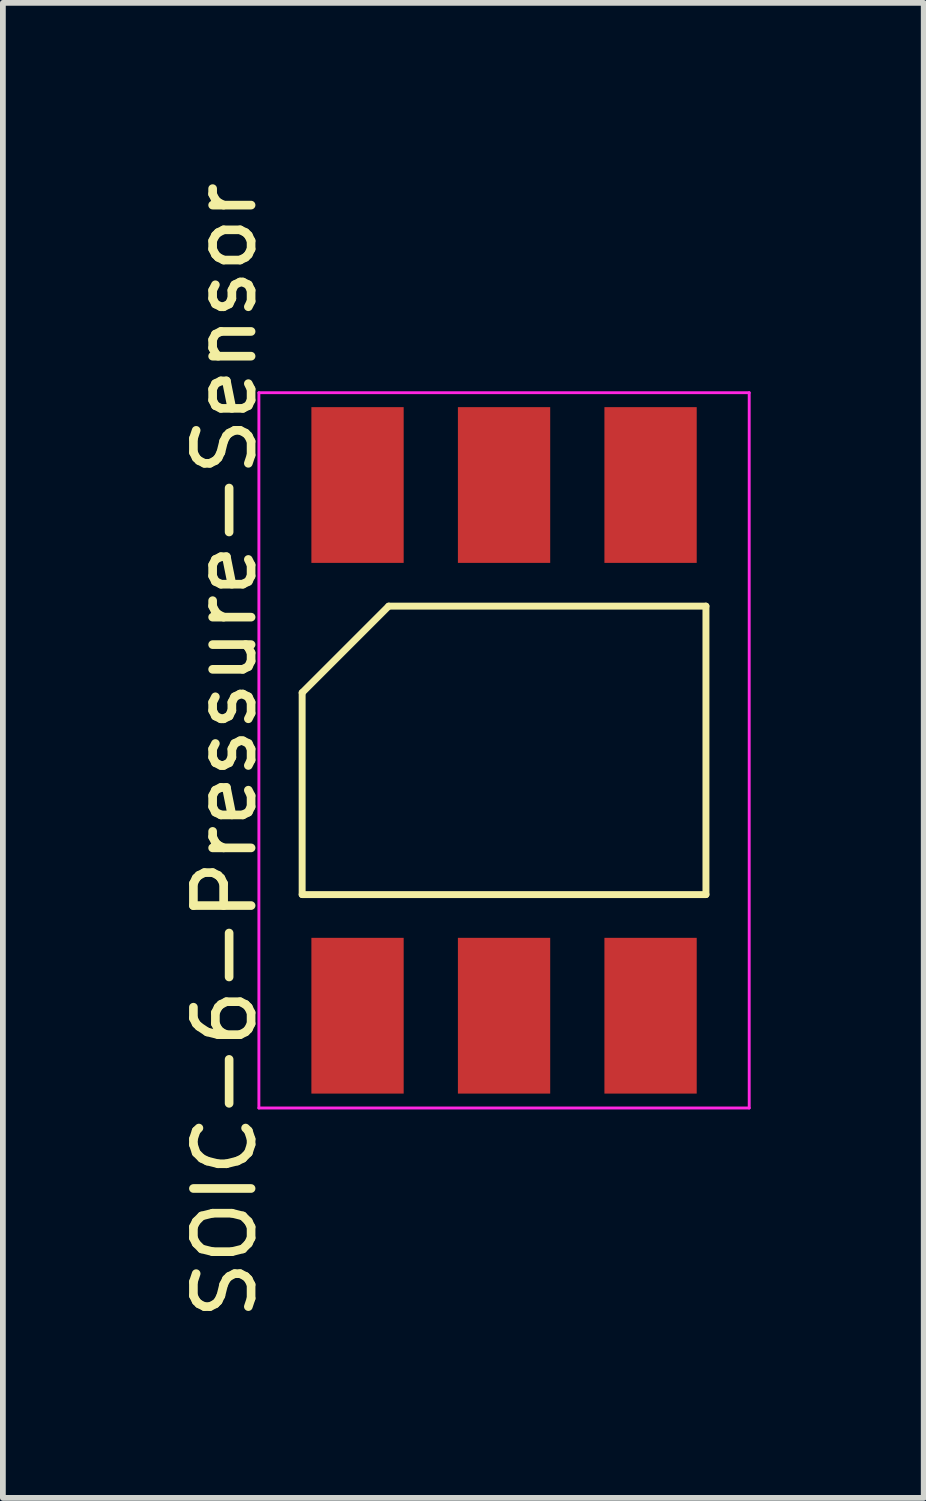
<source format=kicad_pcb>
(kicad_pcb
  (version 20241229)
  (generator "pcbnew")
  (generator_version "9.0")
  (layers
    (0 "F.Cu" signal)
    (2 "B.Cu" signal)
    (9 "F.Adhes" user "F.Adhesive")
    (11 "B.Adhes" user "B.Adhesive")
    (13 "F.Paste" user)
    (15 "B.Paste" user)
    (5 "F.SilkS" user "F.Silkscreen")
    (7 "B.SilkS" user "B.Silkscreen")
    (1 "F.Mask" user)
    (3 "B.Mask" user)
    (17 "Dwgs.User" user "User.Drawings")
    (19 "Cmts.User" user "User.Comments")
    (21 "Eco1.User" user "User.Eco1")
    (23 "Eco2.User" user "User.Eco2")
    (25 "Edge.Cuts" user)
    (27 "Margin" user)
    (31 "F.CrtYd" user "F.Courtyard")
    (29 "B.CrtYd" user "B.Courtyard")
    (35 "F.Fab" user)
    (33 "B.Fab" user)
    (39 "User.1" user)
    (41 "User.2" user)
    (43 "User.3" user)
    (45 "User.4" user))
  (footprint "SOIC-6-Pressure-Sensor"
    (layer "F.Cu")
    (at 5.688 9.958)
    (property "Reference" "SOIC-6-Pressure-Sensor" (at -4.84 0 90) (layer "F.SilkS") (effects (font (size 1 1) (thickness 0.15))))
    (attr smd)
    (fp_line (start -3.5 -1) (end -2 -2.5) (stroke (width 0.12) (type default)) (layer "F.SilkS"))
    (fp_line (start -3.5 2.5) (end -3.5 -1) (stroke (width 0.12) (type default)) (layer "F.SilkS"))
    (fp_line (start -2 -2.5) (end 3.5 -2.5) (stroke (width 0.12) (type default)) (layer "F.SilkS"))
    (fp_line (start 3.5 -2.5) (end 3.5 2.5) (stroke (width 0.12) (type default)) (layer "F.SilkS"))
    (fp_line (start 3.5 2.5) (end -3.5 2.5) (stroke (width 0.12) (type default)) (layer "F.SilkS"))
    (fp_line (start -4.25 -6.2) (end 4.25 -6.2) (stroke (width 0.05) (type default)) (layer "F.CrtYd"))
    (fp_line (start -4.25 6.2) (end -4.25 -6.2) (stroke (width 0.05) (type default)) (layer "F.CrtYd"))
    (fp_line (start 4.25 -6.2) (end 4.25 6.2) (stroke (width 0.05) (type default)) (layer "F.CrtYd"))
    (fp_line (start 4.25 6.2) (end -4.25 6.2) (stroke (width 0.05) (type default)) (layer "F.CrtYd"))
    (pad "1" smd rect (at -2.54 -4.6) (size 1.6 2.7) (layers "F.Cu" "F.Mask" "F.Paste"))
    (pad "2" smd rect (at 0 -4.6) (size 1.6 2.7) (layers "F.Cu" "F.Mask" "F.Paste"))
    (pad "3" smd rect (at 2.54 -4.6) (size 1.6 2.7) (layers "F.Cu" "F.Mask" "F.Paste"))
    (pad "4" smd rect (at 2.54 4.6) (size 1.6 2.7) (layers "F.Cu" "F.Mask" "F.Paste"))
    (pad "5" smd rect (at 0 4.6) (size 1.6 2.7) (layers "F.Cu" "F.Mask" "F.Paste"))
    (pad "6" smd rect (at -2.54 4.6) (size 1.6 2.7) (layers "F.Cu" "F.Mask" "F.Paste")))
  (gr_rect
    (start -3 -3)
    (end 12.963 22.917)
    (stroke (width 0.1) (type default))
    (fill no)
    (layer "Edge.Cuts")))
</source>
